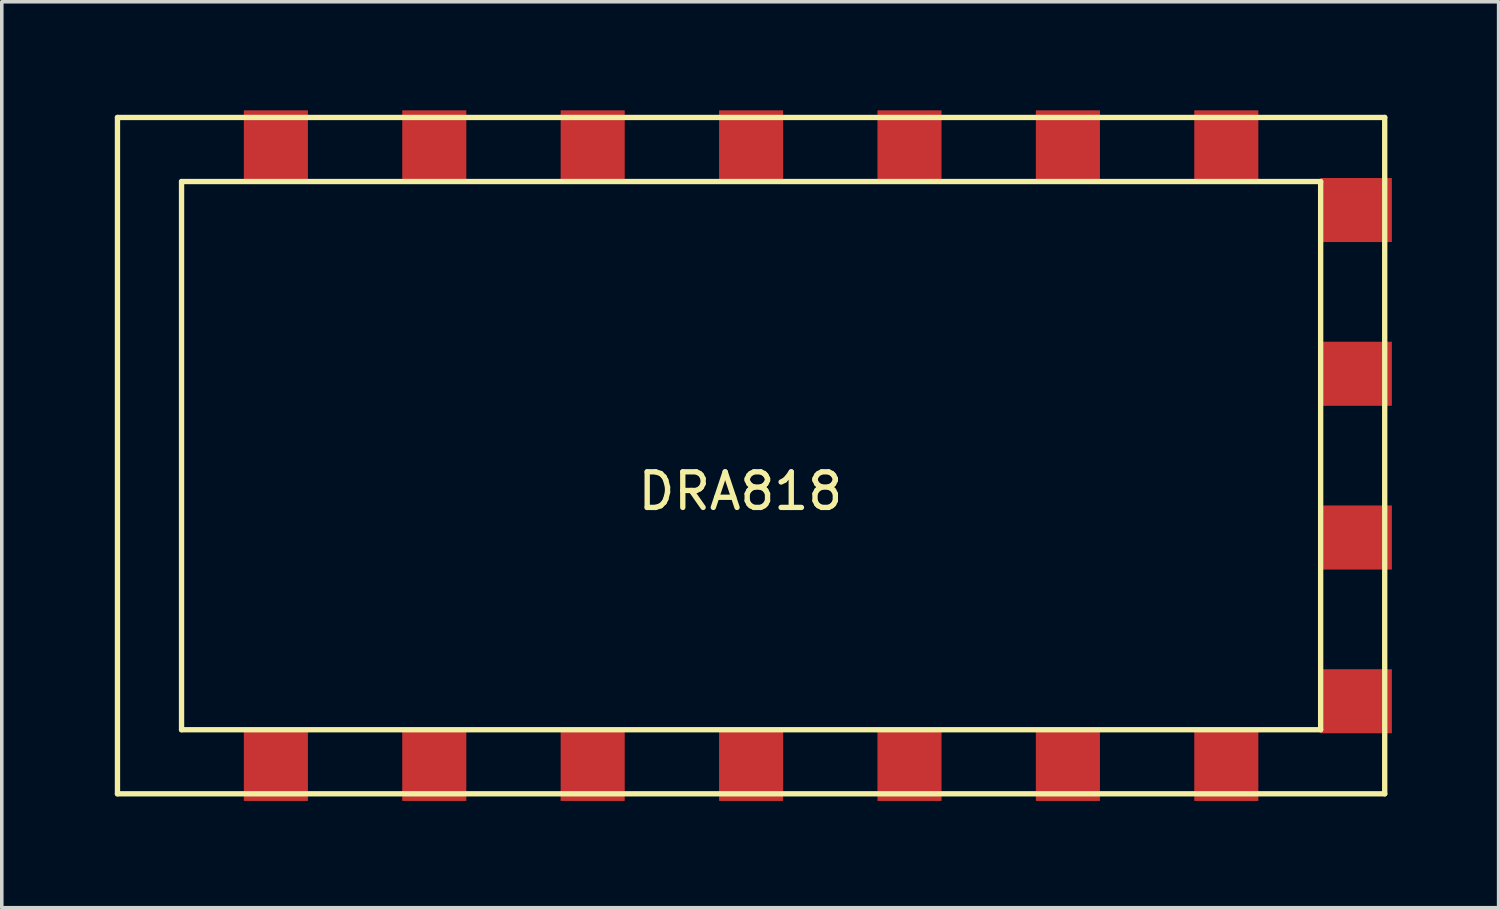
<source format=kicad_pcb>
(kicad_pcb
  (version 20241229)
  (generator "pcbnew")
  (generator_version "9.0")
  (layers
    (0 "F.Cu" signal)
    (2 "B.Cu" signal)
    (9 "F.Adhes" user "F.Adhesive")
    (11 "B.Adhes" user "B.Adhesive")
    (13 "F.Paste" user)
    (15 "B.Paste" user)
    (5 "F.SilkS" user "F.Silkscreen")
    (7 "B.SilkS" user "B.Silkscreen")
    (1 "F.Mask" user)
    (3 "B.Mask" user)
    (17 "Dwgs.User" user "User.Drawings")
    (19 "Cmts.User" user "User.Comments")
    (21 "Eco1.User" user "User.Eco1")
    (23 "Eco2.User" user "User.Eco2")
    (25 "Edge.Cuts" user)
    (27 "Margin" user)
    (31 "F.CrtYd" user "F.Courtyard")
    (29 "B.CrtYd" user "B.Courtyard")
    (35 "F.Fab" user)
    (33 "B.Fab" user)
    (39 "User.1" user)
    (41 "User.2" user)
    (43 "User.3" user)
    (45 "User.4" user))
  (footprint "DRA818"
    (layer "F.Cu")
    (at 0.25 0.25)
    (property "Reference" "DRA818" (at 17.5 10.5 0) (layer "F.SilkS") (effects (font (size 1 1) (thickness 0.15))))
    (attr through_hole)
    (fp_line (start 0 0) (end 35.6 0) (stroke (width 0.15) (type solid)) (layer "F.SilkS"))
    (fp_line (start 0 19) (end 0 0) (stroke (width 0.15) (type solid)) (layer "F.SilkS"))
    (fp_line (start 1.8 1.8) (end 1.8 17.2) (stroke (width 0.15) (type solid)) (layer "F.SilkS"))
    (fp_line (start 1.8 1.8) (end 33.8 1.8) (stroke (width 0.15) (type solid)) (layer "F.SilkS"))
    (fp_line (start 1.8 17.2) (end 33.8 17.2) (stroke (width 0.15) (type solid)) (layer "F.SilkS"))
    (fp_line (start 33.8 1.8) (end 33.8 17.2) (stroke (width 0.15) (type solid)) (layer "F.SilkS"))
    (fp_line (start 35.6 0) (end 35.6 19) (stroke (width 0.15) (type solid)) (layer "F.SilkS"))
    (fp_line (start 35.6 19) (end 0 19) (stroke (width 0.15) (type solid)) (layer "F.SilkS"))
    (pad "1" smd rect (at 4.45 0.8) (size 1.8 2) (layers "F.Cu" "F.Mask" "F.Paste"))
    (pad "2" smd rect (at 8.9 0.8) (size 1.8 2) (layers "F.Cu" "F.Mask" "F.Paste"))
    (pad "3" smd rect (at 13.35 0.8) (size 1.8 2) (layers "F.Cu" "F.Mask" "F.Paste"))
    (pad "4" smd rect (at 17.8 0.8) (size 1.8 2) (layers "F.Cu" "F.Mask" "F.Paste"))
    (pad "5" smd rect (at 22.25 0.8) (size 1.8 2) (layers "F.Cu" "F.Mask" "F.Paste"))
    (pad "6" smd rect (at 26.7 0.8) (size 1.8 2) (layers "F.Cu" "F.Mask" "F.Paste"))
    (pad "7" smd rect (at 31.15 0.8) (size 1.8 2) (layers "F.Cu" "F.Mask" "F.Paste"))
    (pad "8" smd rect (at 34.8 2.6 90) (size 1.8 2) (layers "F.Cu" "F.Mask" "F.Paste"))
    (pad "9" smd rect (at 34.8 7.2 90) (size 1.8 2) (layers "F.Cu" "F.Mask" "F.Paste"))
    (pad "10" smd rect (at 34.8 11.8 90) (size 1.8 2) (layers "F.Cu" "F.Mask" "F.Paste"))
    (pad "11" smd rect (at 34.8 16.4 90) (size 1.8 2) (layers "F.Cu" "F.Mask" "F.Paste"))
    (pad "12" smd rect (at 31.15 18.2) (size 1.8 2) (layers "F.Cu" "F.Mask" "F.Paste"))
    (pad "13" smd rect (at 26.7 18.2) (size 1.8 2) (layers "F.Cu" "F.Mask" "F.Paste"))
    (pad "14" smd rect (at 22.25 18.2) (size 1.8 2) (layers "F.Cu" "F.Mask" "F.Paste"))
    (pad "15" smd rect (at 17.8 18.2) (size 1.8 2) (layers "F.Cu" "F.Mask" "F.Paste"))
    (pad "16" smd rect (at 13.35 18.2) (size 1.8 2) (layers "F.Cu" "F.Mask" "F.Paste"))
    (pad "17" smd rect (at 8.9 18.2) (size 1.8 2) (layers "F.Cu" "F.Mask" "F.Paste"))
    (pad "18" smd rect (at 4.45 18.2) (size 1.8 2) (layers "F.Cu" "F.Mask" "F.Paste")))
  (gr_rect
    (start -3 -3)
    (end 39.05 22.45)
    (stroke (width 0.1) (type default))
    (fill no)
    (layer "Edge.Cuts")))
</source>
